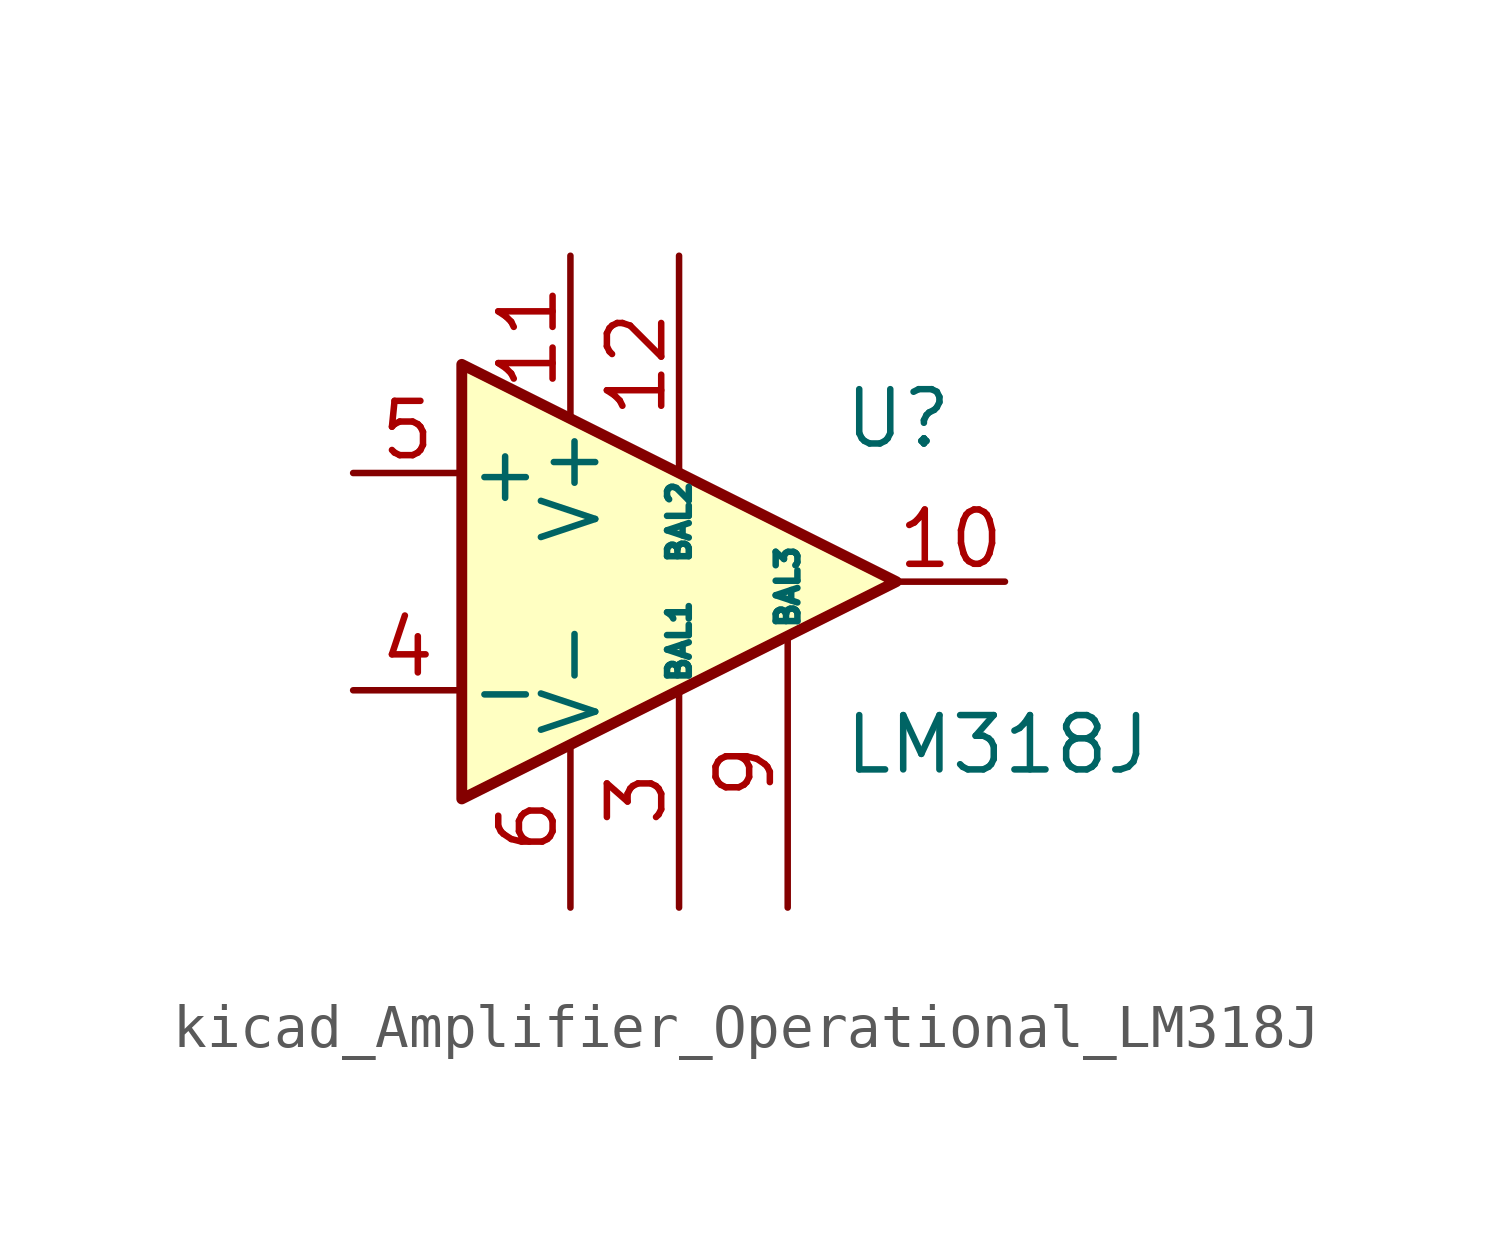
<source format=kicad_sym>
(kicad_symbol_lib
  (version 20220914)
  (generator kicad_symbol_editor)
  (symbol "kicad_Amplifier_Operational_LM318J"
    (pin_names
      (offset 0.127))
    (property "Reference" "U"
      (at 3.81 3.81 0)
      (effects (font (size 1.27 1.27)) (justify left)))
    (property "Value" "LM318J"
      (at 3.81 -3.81 0)
      (effects (font (size 1.27 1.27)) (justify left)))
    (symbol "kicad_Amplifier_Operational_LM318J_0_1"
      (polyline (pts (xy 5.08 0) (xy -5.08 5.08) (xy -5.08 -5.08) (xy 5.08 0)) (stroke (width 0.254) (type default)) (fill (type background))))
    (symbol "kicad_Amplifier_Operational_LM318J_1_1"
      (pin no_connect line (at -5.08 2.54 270) (length 2.54) hide (name "NC" (effects (font (size 1.27 1.27)))) (number "1" (effects (font (size 1.27 1.27)))))
      (pin output line (at 7.62 0 180) (length 2.54) (name "~" (effects (font (size 1.27 1.27)))) (number "10" (effects (font (size 1.27 1.27)))))
      (pin power_in line (at -2.54 7.62 270) (length 3.81) (name "V+" (effects (font (size 1.27 1.27)))) (number "11" (effects (font (size 1.27 1.27)))))
      (pin passive line (at 0 7.62 270) (length 5.08) (name "BAL2" (effects (font (size 0.508 0.508)))) (number "12" (effects (font (size 1.27 1.27)))))
      (pin no_connect line (at 0 2.54 270) (length 2.54) hide (name "NC" (effects (font (size 1.27 1.27)))) (number "13" (effects (font (size 1.27 1.27)))))
      (pin no_connect line (at 0 -2.54 90) (length 2.54) hide (name "NC" (effects (font (size 1.27 1.27)))) (number "14" (effects (font (size 1.27 1.27)))))
      (pin no_connect line (at -2.54 2.54 270) (length 2.54) hide (name "NC" (effects (font (size 1.27 1.27)))) (number "2" (effects (font (size 1.27 1.27)))))
      (pin passive line (at 0 -7.62 90) (length 5.08) (name "BAL1" (effects (font (size 0.508 0.508)))) (number "3" (effects (font (size 1.27 1.27)))))
      (pin input line (at -7.62 -2.54 0) (length 2.54) (name "-" (effects (font (size 1.27 1.27)))) (number "4" (effects (font (size 1.27 1.27)))))
      (pin input line (at -7.62 2.54 0) (length 2.54) (name "+" (effects (font (size 1.27 1.27)))) (number "5" (effects (font (size 1.27 1.27)))))
      (pin power_in line (at -2.54 -7.62 90) (length 3.81) (name "V-" (effects (font (size 1.27 1.27)))) (number "6" (effects (font (size 1.27 1.27)))))
      (pin no_connect line (at -5.08 -2.54 90) (length 2.54) hide (name "NC" (effects (font (size 1.27 1.27)))) (number "7" (effects (font (size 1.27 1.27)))))
      (pin no_connect line (at -2.54 -2.54 90) (length 2.54) hide (name "NC" (effects (font (size 1.27 1.27)))) (number "8" (effects (font (size 1.27 1.27)))))
      (pin passive line (at 2.54 -7.62 90) (length 6.35) (name "BAL3" (effects (font (size 0.508 0.508)))) (number "9" (effects (font (size 1.27 1.27))))))))
</source>
